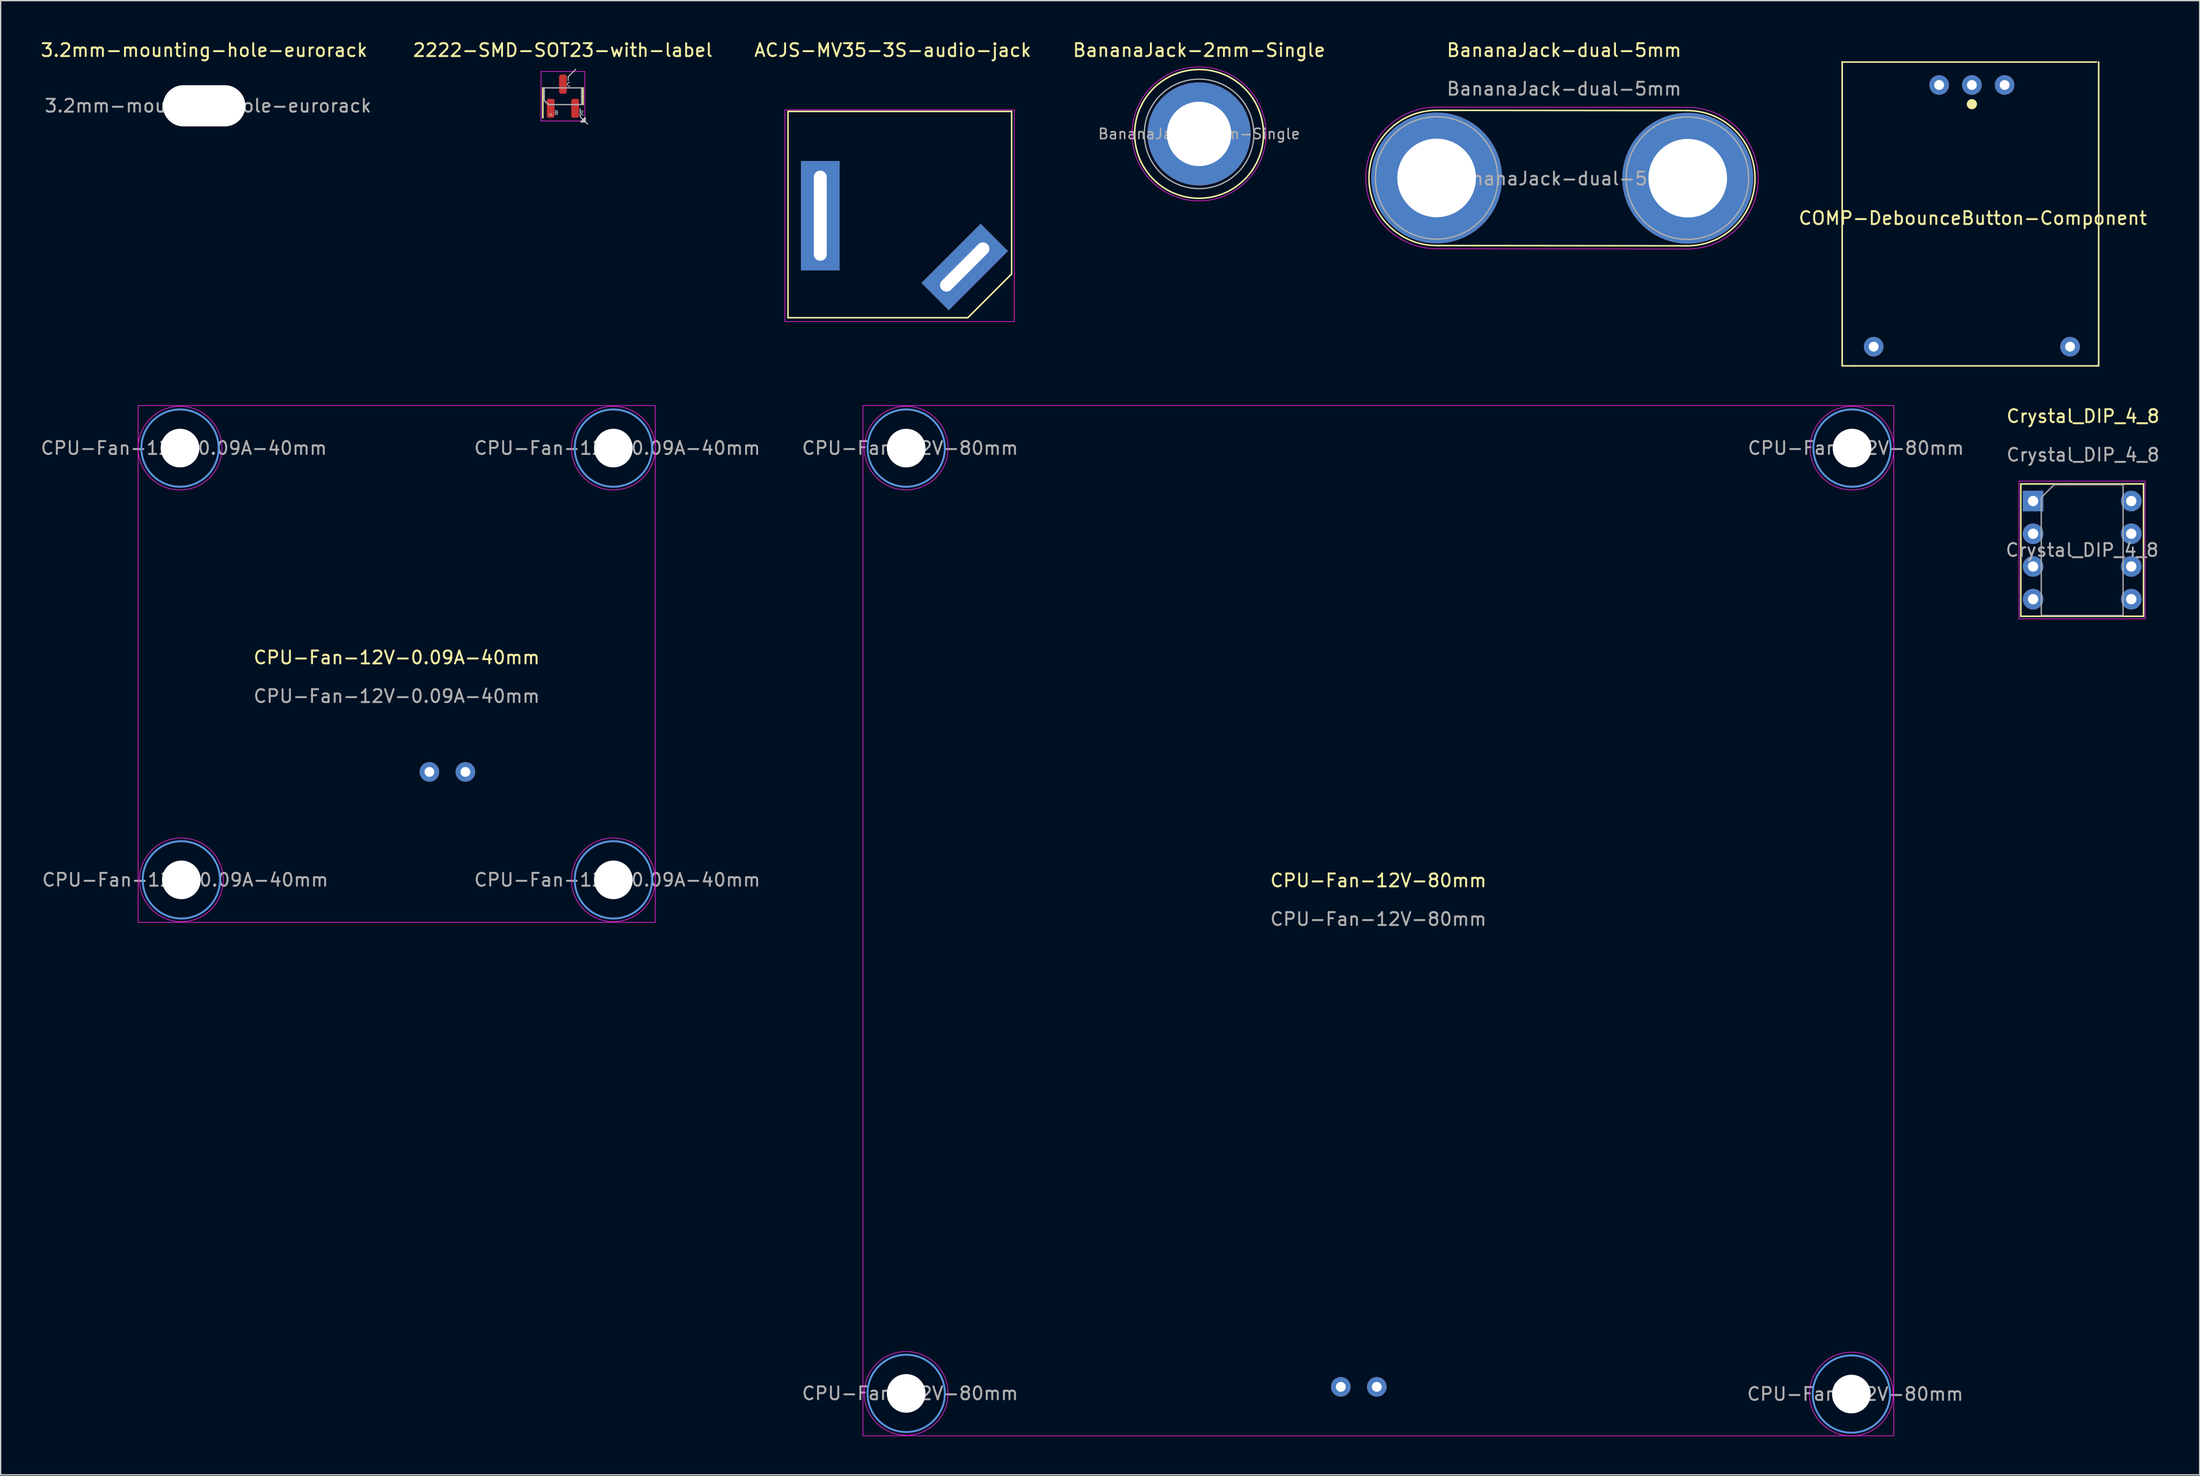
<source format=kicad_pcb>
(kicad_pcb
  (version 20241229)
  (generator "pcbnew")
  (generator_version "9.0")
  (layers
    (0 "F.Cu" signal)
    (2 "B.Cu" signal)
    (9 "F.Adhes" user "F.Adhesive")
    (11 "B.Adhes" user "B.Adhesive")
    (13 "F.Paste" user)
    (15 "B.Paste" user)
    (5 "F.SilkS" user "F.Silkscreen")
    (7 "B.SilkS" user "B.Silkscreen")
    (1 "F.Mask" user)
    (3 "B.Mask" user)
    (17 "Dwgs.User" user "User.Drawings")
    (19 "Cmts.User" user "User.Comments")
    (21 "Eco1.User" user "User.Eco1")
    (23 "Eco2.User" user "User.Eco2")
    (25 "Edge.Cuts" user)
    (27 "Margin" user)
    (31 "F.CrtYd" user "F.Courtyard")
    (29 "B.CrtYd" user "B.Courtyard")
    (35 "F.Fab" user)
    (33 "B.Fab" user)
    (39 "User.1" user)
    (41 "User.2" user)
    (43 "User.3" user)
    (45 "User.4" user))
  (footprint "COMP-DebounceButton-Component"
    (layer "F.Cu")
    (at 147.284 0.25)
    (property "Reference" "COMP-DebounceButton-Component" (at 2.77 13.64 0) (layer "F.SilkS") (effects (font (size 1 1) (thickness 0.15))))
    (attr through_hole)
    (fp_line (start -7.366 1.52) (end -6.39 1.52) (stroke (width 0.12) (type solid)) (layer "F.SilkS"))
    (fp_line (start -7.366 1.53) (end -7.366 1.52) (stroke (width 0.12) (type solid)) (layer "F.SilkS"))
    (fp_line (start -7.366 1.55) (end -7.366 1.53) (stroke (width 0.12) (type solid)) (layer "F.SilkS"))
    (fp_line (start -7.366 1.66) (end -7.366 1.55) (stroke (width 0.12) (type solid)) (layer "F.SilkS"))
    (fp_line (start -7.366 25.11) (end -7.366 1.66) (stroke (width 0.12) (type solid)) (layer "F.SilkS"))
    (fp_line (start -7.366 25.11) (end -6.39 25.11) (stroke (width 0.12) (type solid)) (layer "F.SilkS"))
    (fp_line (start -6.39 1.52) (end 2.7 1.52) (stroke (width 0.12) (type solid)) (layer "F.SilkS"))
    (fp_line (start 2.7 1.52) (end 10.21 1.52) (stroke (width 0.12) (type solid)) (layer "F.SilkS"))
    (fp_line (start 10.21 1.52) (end 12.37 1.52) (stroke (width 0.12) (type solid)) (layer "F.SilkS"))
    (fp_line (start 12.37 25.11) (end -6.39 25.11) (stroke (width 0.12) (type solid)) (layer "F.SilkS"))
    (fp_line (start 12.37 25.11) (end 12.54 25.11) (stroke (width 0.12) (type solid)) (layer "F.SilkS"))
    (fp_line (start 12.54 1.51) (end 12.54 25.1) (stroke (width 0.12) (type solid)) (layer "F.SilkS"))
    (fp_circle (center 2.7 4.79) (end 3.036 4.79) (stroke (width 0.12) (type solid)) (fill yes) (layer "F.SilkS"))
    (pad "" thru_hole circle (at 0.16 3.3) (size 1.524 1.524) (drill 0.762) (layers "*.Cu" "*.Mask"))
    (pad "" thru_hole circle (at 5.24 3.3) (size 1.524 1.524) (drill 0.762) (layers "*.Cu" "*.Mask"))
    (pad "1" thru_hole circle (at -4.92 23.62) (size 1.524 1.524) (drill 0.762) (layers "*.Cu" "*.Mask"))
    (pad "2" thru_hole circle (at 10.32 23.62) (size 1.524 1.524) (drill 0.762) (layers "*.Cu" "*.Mask"))
    (pad "3" thru_hole circle (at 2.7 3.3) (size 1.524 1.524) (drill 0.762) (layers "*.Cu" "*.Mask")))
  (footprint "BananaJack-2mm-Single"
    (layer "F.Cu")
    (at 90.008 7.348)
    (property "Reference" "BananaJack-2mm-Single" (at 0 -6.5 0) (layer "F.SilkS") (effects (font (size 1 1) (thickness 0.15))))
    (attr through_hole)
    (fp_circle (center 0 0) (end 5 0) (stroke (width 0.12) (type solid)) (fill no) (layer "F.SilkS"))
    (fp_circle (center 0 0) (end 5.2 0) (stroke (width 0.05) (type solid)) (fill no) (layer "F.CrtYd"))
    (fp_circle (center 0 0) (end 2 0) (stroke (width 0.1) (type solid)) (fill no) (layer "F.Fab"))
    (fp_circle (center 0 0) (end 4.25 0) (stroke (width 0.1) (type solid)) (fill no) (layer "F.Fab"))
    (fp_text user "${REFERENCE}" (at 0 0 0) (layer "F.Fab") (effects (font (size 0.8 0.8) (thickness 0.12))))
    (pad "1" thru_hole circle (at 0 0) (size 8 8) (drill 5) (layers "*.Cu" "*.Mask")))
  (footprint "Crystal_DIP_4_8"
    (layer "F.Cu")
    (at 158.608 29.768)
    (property "Reference" "Crystal_DIP_4_8" (at 0 -0.5 0) (unlocked yes) (layer "F.SilkS") (effects (font (size 1 1) (thickness 0.15))))
    (attr through_hole)
    (fp_line (start -4.826 4.76) (end -4.826 15.04) (stroke (width 0.12) (type solid)) (layer "F.SilkS"))
    (fp_line (start -4.826 15.04) (end 4.7 15.04) (stroke (width 0.12) (type solid)) (layer "F.SilkS"))
    (fp_line (start -1.064 4.76) (end -4.826 4.76) (stroke (width 0.12) (type solid)) (layer "F.SilkS"))
    (fp_line (start 4.7 4.76) (end -1.064 4.76) (stroke (width 0.12) (type solid)) (layer "F.SilkS"))
    (fp_line (start 4.7 15.04) (end 4.7 4.76) (stroke (width 0.12) (type solid)) (layer "F.SilkS"))
    (fp_line (start -4.974 4.54) (end -4.974 15.24) (stroke (width 0.05) (type solid)) (layer "F.CrtYd"))
    (fp_line (start -4.974 15.24) (end 4.826 15.24) (stroke (width 0.05) (type solid)) (layer "F.CrtYd"))
    (fp_line (start 4.826 4.54) (end -4.974 4.54) (stroke (width 0.05) (type solid)) (layer "F.CrtYd"))
    (fp_line (start 4.826 15.24) (end 4.826 4.54) (stroke (width 0.05) (type solid)) (layer "F.CrtYd"))
    (fp_line (start -3.239 5.82) (end -2.239 4.82) (stroke (width 0.1) (type solid)) (layer "F.Fab"))
    (fp_line (start -3.239 14.98) (end -3.239 5.82) (stroke (width 0.1) (type solid)) (layer "F.Fab"))
    (fp_line (start -2.239 4.82) (end 3.111 4.82) (stroke (width 0.1) (type solid)) (layer "F.Fab"))
    (fp_line (start 3.111 4.82) (end 3.111 14.98) (stroke (width 0.1) (type solid)) (layer "F.Fab"))
    (fp_line (start 3.111 14.98) (end -3.239 14.98) (stroke (width 0.1) (type solid)) (layer "F.Fab"))
    (fp_text user "${REFERENCE}" (at 0 2.5 0) (unlocked yes) (layer "F.Fab") (effects (font (size 1 1) (thickness 0.15))))
    (fp_text user "${REFERENCE}" (at -0.064 9.9 0) (layer "F.Fab") (effects (font (size 1 1) (thickness 0.15))))
    (pad "" thru_hole oval (at -3.874 8.63) (size 1.6 1.6) (drill 0.8) (layers "*.Cu" "*.Mask"))
    (pad "" thru_hole oval (at -3.874 11.17) (size 1.6 1.6) (drill 0.8) (layers "*.Cu" "*.Mask"))
    (pad "" thru_hole oval (at 3.746 8.63) (size 1.6 1.6) (drill 0.8) (layers "*.Cu" "*.Mask"))
    (pad "" thru_hole oval (at 3.746 11.17) (size 1.6 1.6) (drill 0.8) (layers "*.Cu" "*.Mask"))
    (pad "1" thru_hole rect (at -3.874 6.09) (size 1.6 1.6) (drill 0.8) (layers "*.Cu" "*.Mask"))
    (pad "2" thru_hole oval (at -3.874 13.71) (size 1.6 1.6) (drill 0.8) (layers "*.Cu" "*.Mask"))
    (pad "3" thru_hole oval (at 3.746 13.71) (size 1.6 1.6) (drill 0.8) (layers "*.Cu" "*.Mask"))
    (pad "4" thru_hole oval (at 3.746 6.09) (size 1.6 1.6) (drill 0.8) (layers "*.Cu" "*.Mask")))
  (footprint "CPU-Fan-12V-0.09A-40mm"
    (layer "F.Cu")
    (at 27.736 48.511)
    (property "Reference" "CPU-Fan-12V-0.09A-40mm" (at 0 -0.5 0) (unlocked yes) (layer "F.SilkS") (effects (font (size 1 1) (thickness 0.15))))
    (attr through_hole)
    (fp_circle (center -16.816 -16.764) (end -13.816 -16.764) (stroke (width 0.15) (type solid)) (fill no) (layer "Cmts.User"))
    (fp_circle (center -16.712 16.764) (end -13.712 16.764) (stroke (width 0.15) (type solid)) (fill no) (layer "Cmts.User"))
    (fp_circle (center 16.816 -16.764) (end 19.816 -16.764) (stroke (width 0.15) (type solid)) (fill no) (layer "Cmts.User"))
    (fp_circle (center 16.816 16.764) (end 19.816 16.764) (stroke (width 0.15) (type solid)) (fill no) (layer "Cmts.User"))
    (fp_rect (start -20.066 -20.066) (end 20.066 20.066) (stroke (width 0.05) (type solid)) (fill no) (layer "F.CrtYd"))
    (fp_circle (center -16.816 -16.764) (end -13.566 -16.764) (stroke (width 0.05) (type solid)) (fill no) (layer "F.CrtYd"))
    (fp_circle (center -16.712 16.764) (end -13.462 16.764) (stroke (width 0.05) (type solid)) (fill no) (layer "F.CrtYd"))
    (fp_circle (center 16.816 -16.764) (end 20.066 -16.764) (stroke (width 0.05) (type solid)) (fill no) (layer "F.CrtYd"))
    (fp_circle (center 16.816 16.764) (end 20.066 16.764) (stroke (width 0.05) (type solid)) (fill no) (layer "F.CrtYd"))
    (fp_text user "${REFERENCE}" (at -16.516 -16.764 0) (layer "F.Fab") (effects (font (size 1 1) (thickness 0.15))))
    (fp_text user "${REFERENCE}" (at -16.412 16.764 0) (layer "F.Fab") (effects (font (size 1 1) (thickness 0.15))))
    (fp_text user "${REFERENCE}" (at 0 2.5 0) (unlocked yes) (layer "F.Fab") (effects (font (size 1 1) (thickness 0.15))))
    (fp_text user "${REFERENCE}" (at 17.116 16.764 0) (layer "F.Fab") (effects (font (size 1 1) (thickness 0.15))))
    (fp_text user "${REFERENCE}" (at 17.116 -16.764 0) (layer "F.Fab") (effects (font (size 1 1) (thickness 0.15))))
    (pad "" np_thru_hole circle (at -16.816 -16.764) (size 3 3) (drill 3) (layers "*.Cu" "*.Mask"))
    (pad "" np_thru_hole circle (at -16.712 16.764) (size 3 3) (drill 3) (layers "*.Cu" "*.Mask"))
    (pad "" np_thru_hole circle (at 16.816 -16.764) (size 3 3) (drill 3) (layers "*.Cu" "*.Mask"))
    (pad "" np_thru_hole circle (at 16.816 16.764) (size 3 3) (drill 3) (layers "*.Cu" "*.Mask"))
    (pad "12V" thru_hole circle (at 2.54 8.382) (size 1.524 1.524) (drill 0.762) (layers "*.Cu" "*.Mask"))
    (pad "GND" thru_hole circle (at 5.334 8.382) (size 1.524 1.524) (drill 0.762) (layers "*.Cu" "*.Mask")))
  (footprint "CPU-Fan-12V-80mm"
    (layer "F.Cu")
    (at 103.924 68.323)
    (property "Reference" "CPU-Fan-12V-80mm" (at 0 -3 0) (unlocked yes) (layer "F.SilkS") (effects (font (size 1 1) (thickness 0.15))))
    (attr through_hole)
    (fp_circle (center -36.646 -36.576) (end -33.646 -36.576) (stroke (width 0.15) (type solid)) (fill no) (layer "Cmts.User"))
    (fp_circle (center -36.646 36.83) (end -33.646 36.83) (stroke (width 0.15) (type solid)) (fill no) (layer "Cmts.User"))
    (fp_circle (center 36.708 36.882) (end 39.708 36.882) (stroke (width 0.15) (type solid)) (fill no) (layer "Cmts.User"))
    (fp_circle (center 36.76 -36.576) (end 39.76 -36.576) (stroke (width 0.15) (type solid)) (fill no) (layer "Cmts.User"))
    (fp_rect (start -40 -39.878) (end 40 40.122) (stroke (width 0.05) (type solid)) (fill no) (layer "F.CrtYd"))
    (fp_circle (center -36.646 -36.576) (end -33.396 -36.576) (stroke (width 0.05) (type solid)) (fill no) (layer "F.CrtYd"))
    (fp_circle (center -36.646 36.83) (end -33.396 36.83) (stroke (width 0.05) (type solid)) (fill no) (layer "F.CrtYd"))
    (fp_circle (center 36.708 36.882) (end 39.958 36.882) (stroke (width 0.05) (type solid)) (fill no) (layer "F.CrtYd"))
    (fp_circle (center 36.76 -36.576) (end 40.01 -36.576) (stroke (width 0.05) (type solid)) (fill no) (layer "F.CrtYd"))
    (fp_text user "${REFERENCE}" (at 37.008 36.882 0) (layer "F.Fab") (effects (font (size 1 1) (thickness 0.15))))
    (fp_text user "${REFERENCE}" (at -36.346 36.83 0) (layer "F.Fab") (effects (font (size 1 1) (thickness 0.15))))
    (fp_text user "${REFERENCE}" (at 0 0 0) (unlocked yes) (layer "F.Fab") (effects (font (size 1 1) (thickness 0.15))))
    (fp_text user "${REFERENCE}" (at -36.346 -36.576 0) (layer "F.Fab") (effects (font (size 1 1) (thickness 0.15))))
    (fp_text user "${REFERENCE}" (at 37.06 -36.576 0) (layer "F.Fab") (effects (font (size 1 1) (thickness 0.15))))
    (pad "" np_thru_hole circle (at -36.646 -36.576) (size 3 3) (drill 3) (layers "*.Cu" "*.Mask"))
    (pad "" np_thru_hole circle (at -36.646 36.83) (size 3 3) (drill 3) (layers "*.Cu" "*.Mask"))
    (pad "" np_thru_hole circle (at 36.708 36.882) (size 3 3) (drill 3) (layers "*.Cu" "*.Mask"))
    (pad "" np_thru_hole circle (at 36.76 -36.576) (size 3 3) (drill 3) (layers "*.Cu" "*.Mask"))
    (pad "12V" thru_hole circle (at -2.916 36.322) (size 1.524 1.524) (drill 0.762) (layers "*.Cu" "*.Mask"))
    (pad "GND" thru_hole circle (at -0.122 36.322) (size 1.524 1.524) (drill 0.762) (layers "*.Cu" "*.Mask")))
  (footprint "2222-SMD-SOT23-with-label"
    (layer "F.Cu")
    (at 40.627 4.588)
    (property "Reference" "2222-SMD-SOT23-with-label" (at 0 -3.74 0) (unlocked yes) (layer "F.SilkS") (effects (font (size 1 1) (thickness 0.15))))
    (attr smd)
    (fp_line (start -1.55 -0.165) (end -1.55 -0.815) (stroke (width 0.12) (type solid)) (layer "F.SilkS"))
    (fp_line (start -1.55 -0.165) (end -1.55 1.51) (stroke (width 0.12) (type solid)) (layer "F.SilkS"))
    (fp_line (start 1.57 -0.165) (end 1.57 -0.815) (stroke (width 0.12) (type solid)) (layer "F.SilkS"))
    (fp_line (start 1.57 -0.165) (end 1.57 0.485) (stroke (width 0.12) (type solid)) (layer "F.SilkS"))
    (fp_line (start 0.42 -1.68) (end 0.42 -1.38) (stroke (width 0.08) (type solid)) (layer "Dwgs.User"))
    (fp_line (start 1 -2.26) (end 0.42 -1.68) (stroke (width 0.08) (type solid)) (layer "Dwgs.User"))
    (fp_line (start 1.35 0.805) (end 1.35 1.415) (stroke (width 0.08) (type solid)) (layer "Dwgs.User"))
    (fp_line (start 1.35 1.425) (end 1.93 2.005) (stroke (width 0.08) (type solid)) (layer "Dwgs.User"))
    (fp_line (start 1.43 1.815) (end 1.71 1.815) (stroke (width 0.12) (type solid)) (layer "Dwgs.User"))
    (fp_line (start 1.68 1.655) (end 1.58 1.755) (stroke (width 0.12) (type solid)) (layer "Dwgs.User"))
    (fp_line (start 1.71 1.815) (end 1.71 1.585) (stroke (width 0.12) (type solid)) (layer "Dwgs.User"))
    (fp_line (start 1.72 1.525) (end 1.43 1.815) (stroke (width 0.12) (type solid)) (layer "Dwgs.User"))
    (fp_line (start 1.73 1.815) (end 1.72 1.525) (stroke (width 0.12) (type solid)) (layer "Dwgs.User"))
    (fp_line (start -1.69 -2.085) (end -1.69 1.755) (stroke (width 0.05) (type solid)) (layer "F.CrtYd"))
    (fp_line (start -1.69 1.755) (end 1.71 1.755) (stroke (width 0.05) (type solid)) (layer "F.CrtYd"))
    (fp_line (start 1.71 -2.085) (end -1.69 -2.085) (stroke (width 0.05) (type solid)) (layer "F.CrtYd"))
    (fp_line (start 1.71 1.755) (end 1.71 -2.085) (stroke (width 0.05) (type solid)) (layer "F.CrtYd"))
    (fp_line (start -1.44 -0.815) (end 1.46 -0.815) (stroke (width 0.1) (type solid)) (layer "F.Fab"))
    (fp_line (start -1.44 0.16) (end -1.44 -0.815) (stroke (width 0.1) (type solid)) (layer "F.Fab"))
    (fp_line (start -1.115 0.485) (end -1.44 0.16) (stroke (width 0.1) (type solid)) (layer "F.Fab"))
    (fp_line (start 1.46 -0.815) (end 1.46 0.485) (stroke (width 0.1) (type solid)) (layer "F.Fab"))
    (fp_line (start 1.46 0.485) (end -1.115 0.485) (stroke (width 0.1) (type solid)) (layer "F.Fab"))
    (fp_text user "C" (at 0.46 -1.08 0) (unlocked yes) (layer "Dwgs.User") (effects (font (size 0.3 0.3) (thickness 0.05))))
    (fp_text user "B" (at -0.5 1.12 0) (unlocked yes) (layer "Dwgs.User") (effects (font (size 0.3 0.3) (thickness 0.05))))
    (fp_text user "IN" (at -0.95 1.27 0) (unlocked yes) (layer "Dwgs.User") (effects (font (size 0.2 0.2) (thickness 0.03))))
    (fp_text user "E" (at 1.53 1.15 0) (unlocked yes) (layer "Dwgs.User") (effects (font (size 0.3 0.3) (thickness 0.05))))
    (pad "1" smd roundrect (at -0.94 0.772 90) (size 1.475 0.6) (layers "F.Cu" "F.Mask" "F.Paste") (roundrect_rratio 0.25))
    (pad "2" smd roundrect (at 0.96 0.772 90) (size 1.475 0.6) (layers "F.Cu" "F.Mask" "F.Paste") (roundrect_rratio 0.25))
    (pad "3" smd roundrect (at 0.01 -1.103 90) (size 1.475 0.6) (layers "F.Cu" "F.Mask" "F.Paste") (roundrect_rratio 0.25)))
  (footprint "ACJS-MV35-3S-audio-jack"
    (layer "F.Cu")
    (at 66.235 12.968)
    (property "Reference" "ACJS-MV35-3S-audio-jack" (at 0 -12.12 0) (unlocked yes) (layer "F.SilkS") (effects (font (size 1 1) (thickness 0.15))))
    (attr through_hole)
    (fp_line (start -8.128 -7.366) (end -8.128 8.655) (stroke (width 0.12) (type solid)) (layer "F.SilkS"))
    (fp_line (start -8.128 8.655) (end 5.825 8.655) (stroke (width 0.12) (type solid)) (layer "F.SilkS"))
    (fp_line (start 5.825 8.655) (end 9.225 5.255) (stroke (width 0.12) (type solid)) (layer "F.SilkS"))
    (fp_line (start 9.225 -7.366) (end -8.128 -7.366) (stroke (width 0.12) (type solid)) (layer "F.SilkS"))
    (fp_line (start 9.225 5.265) (end 9.225 -7.366) (stroke (width 0.12) (type solid)) (layer "F.SilkS"))
    (fp_rect (start -8.369 -7.491) (end 9.435 8.955) (stroke (width 0.05) (type solid)) (fill no) (layer "F.CrtYd"))
    (pad "" thru_hole rect (at -5.625 0.733) (size 3 8.5) (drill oval 1 7) (layers "*.Cu" "*.Mask"))
    (pad "1" thru_hole rect (at 5.585 4.715 315) (size 3 6.5) (drill oval 1 5) (layers "*.Cu" "*.Mask")))
  (footprint "3.2mm-mounting-hole-eurorack"
    (layer "F.Cu")
    (at 12.792 5.166)
    (property "Reference" "3.2mm-mounting-hole-eurorack" (at 0 -4.318 0) (unlocked yes) (layer "F.SilkS") (effects (font (size 1 1) (thickness 0.15))))
    (fp_text user "${REFERENCE}" (at 0.3 0 0) (layer "F.Fab") (effects (font (size 1 1) (thickness 0.15))))
    (pad "" np_thru_hole oval (at 0 0) (size 6.4 3.2) (drill oval 6.4 3.2) (layers "*.Cu" "*.Mask")))
  (footprint "BananaJack-dual-5mm"
    (layer "F.Cu")
    (at 118.334 1.348)
    (property "Reference" "BananaJack-dual-5mm" (at 0 -0.5 0) (unlocked yes) (layer "F.SilkS") (effects (font (size 1 1) (thickness 0.15))))
    (attr through_hole)
    (fp_line (start -9.89 14.67) (end 9.57 14.69) (stroke (width 0.12) (type solid)) (layer "F.SilkS"))
    (fp_line (start 9.57 4.19) (end -9.89 4.17) (stroke (width 0.12) (type solid)) (layer "F.SilkS"))
    (fp_arc (start -9.89 14.67) (mid -15.14 9.42) (end -9.89 4.17) (stroke (width 0.12) (type solid)) (layer "F.SilkS"))
    (fp_arc (start 9.57 4.19) (mid 14.82 9.44) (end 9.57 14.69) (stroke (width 0.12) (type solid)) (layer "F.SilkS"))
    (fp_line (start -9.89 14.92) (end 9.57 14.94) (stroke (width 0.05) (type solid)) (layer "F.CrtYd"))
    (fp_line (start 9.57 3.94) (end -9.89 3.92) (stroke (width 0.05) (type solid)) (layer "F.CrtYd"))
    (fp_arc (start -9.89 14.92) (mid -15.39 9.42) (end -9.89 3.92) (stroke (width 0.05) (type solid)) (layer "F.CrtYd"))
    (fp_arc (start 9.57 3.94) (mid 15.07 9.44) (end 9.57 14.94) (stroke (width 0.05) (type solid)) (layer "F.CrtYd"))
    (fp_circle (center -9.89 9.42) (end -14.64 9.42) (stroke (width 0.1) (type solid)) (fill no) (layer "F.Fab"))
    (fp_circle (center -9.89 9.42) (end -11.89 9.42) (stroke (width 0.1) (type solid)) (fill no) (layer "F.Fab"))
    (fp_circle (center 9.57 9.44) (end 4.82 9.44) (stroke (width 0.1) (type solid)) (fill no) (layer "F.Fab"))
    (fp_circle (center 9.57 9.44) (end 7.57 9.44) (stroke (width 0.1) (type solid)) (fill no) (layer "F.Fab"))
    (fp_text user "${REFERENCE}" (at 0 2.5 0) (unlocked yes) (layer "F.Fab") (effects (font (size 1 1) (thickness 0.15))))
    (fp_text user "${REFERENCE}" (at 0.03 9.47 0) (layer "F.Fab") (effects (font (size 1 1) (thickness 0.15))))
    (pad "1" thru_hole circle (at -9.89 9.42) (size 10.16 10.16) (drill 6.1) (layers "*.Cu" "*.Mask"))
    (pad "2" thru_hole circle (at 9.6 9.44) (size 10.16 10.16) (drill 6.1) (layers "*.Cu" "*.Mask")))
  (gr_rect
    (start -3 -3)
    (end 167.662 111.48)
    (stroke (width 0.1) (type default))
    (fill no)
    (layer "Edge.Cuts")))
</source>
